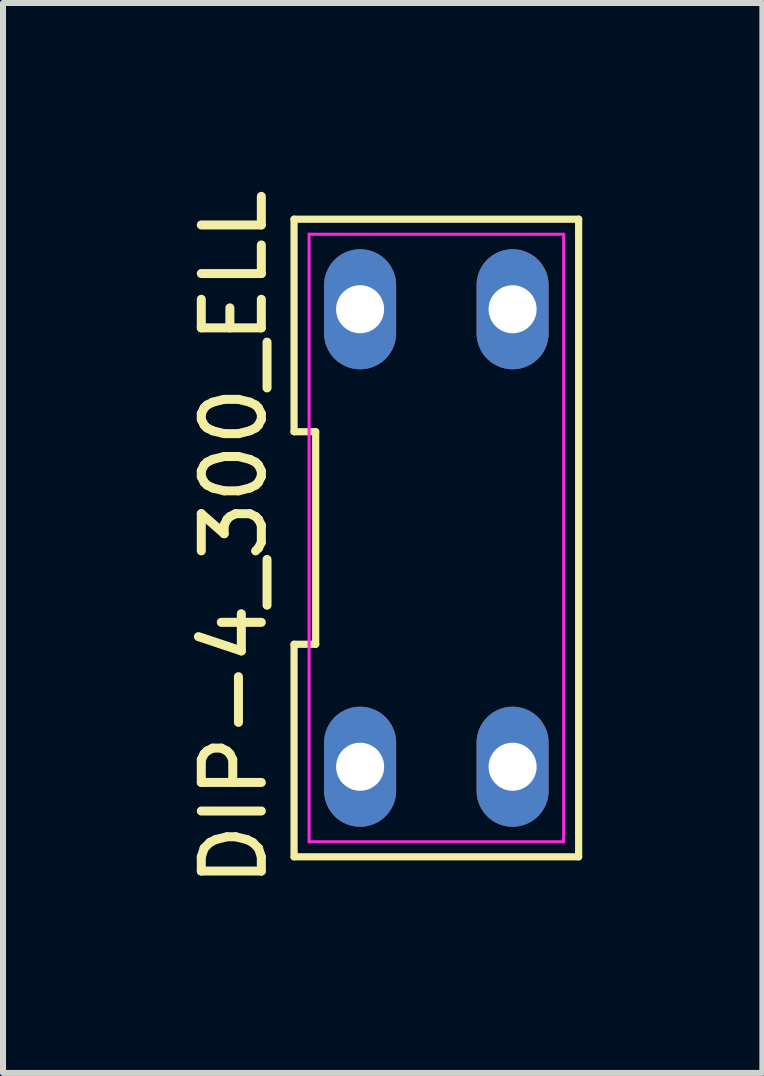
<source format=kicad_pcb>
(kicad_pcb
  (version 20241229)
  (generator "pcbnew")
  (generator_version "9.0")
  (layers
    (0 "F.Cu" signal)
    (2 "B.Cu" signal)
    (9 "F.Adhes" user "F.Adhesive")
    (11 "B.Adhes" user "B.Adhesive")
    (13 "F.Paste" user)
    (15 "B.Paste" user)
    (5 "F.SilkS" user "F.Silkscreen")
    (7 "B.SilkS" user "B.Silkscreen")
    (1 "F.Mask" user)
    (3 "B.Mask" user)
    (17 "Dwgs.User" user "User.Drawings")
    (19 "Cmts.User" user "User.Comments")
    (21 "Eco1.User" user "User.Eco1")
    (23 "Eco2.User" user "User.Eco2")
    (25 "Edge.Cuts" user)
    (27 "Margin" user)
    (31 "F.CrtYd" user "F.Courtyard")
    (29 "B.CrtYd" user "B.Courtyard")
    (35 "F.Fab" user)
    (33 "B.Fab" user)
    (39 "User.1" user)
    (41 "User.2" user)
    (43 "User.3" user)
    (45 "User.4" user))
  (footprint "DIP-4_300_ELL"
    (layer "F.Cu")
    (at 4.218 5.911)
    (property "Reference" "DIP-4_300_ELL" (at -3.37 0 90) (layer "F.SilkS") (effects (font (size 1 1) (thickness 0.15))))
    (attr through_hole)
    (fp_line (start -2.37 -1.77) (end -2.01 -1.77) (stroke (width 0.12) (type default)) (layer "F.SilkS"))
    (fp_line (start -2.37 1.77) (end -2.37 5.31) (stroke (width 0.12) (type default)) (layer "F.SilkS"))
    (fp_line (start -2.37 5.31) (end 2.37 5.31) (stroke (width 0.12) (type default)) (layer "F.SilkS"))
    (fp_line (start -2.37 -5.31) (end -2.37 -1.77) (stroke (width 0.12) (type default)) (layer "F.SilkS"))
    (fp_line (start -2.01 -1.77) (end -2.01 1.77) (stroke (width 0.12) (type default)) (layer "F.SilkS"))
    (fp_line (start -2.01 1.77) (end -2.37 1.77) (stroke (width 0.12) (type default)) (layer "F.SilkS"))
    (fp_line (start 2.37 5.31) (end 2.37 -5.31) (stroke (width 0.12) (type default)) (layer "F.SilkS"))
    (fp_line (start 2.37 -5.31) (end -2.37 -5.31) (stroke (width 0.12) (type default)) (layer "F.SilkS"))
    (fp_line (start -2.12 -5.06) (end 2.12 -5.06) (stroke (width 0.05) (type default)) (layer "F.CrtYd"))
    (fp_line (start -2.12 5.06) (end -2.12 -5.06) (stroke (width 0.05) (type default)) (layer "F.CrtYd"))
    (fp_line (start 2.12 -5.06) (end 2.12 5.06) (stroke (width 0.05) (type default)) (layer "F.CrtYd"))
    (fp_line (start 2.12 5.06) (end -2.12 5.06) (stroke (width 0.05) (type default)) (layer "F.CrtYd"))
    (pad "1" thru_hole oval (at -1.27 3.81) (size 1.2 2) (drill 0.8) (layers "*.Cu" "*.Mask"))
    (pad "2" thru_hole oval (at 1.27 3.81) (size 1.2 2) (drill 0.8) (layers "*.Cu" "*.Mask"))
    (pad "3" thru_hole oval (at 1.27 -3.81) (size 1.2 2) (drill 0.8) (layers "*.Cu" "*.Mask"))
    (pad "4" thru_hole oval (at -1.27 -3.81) (size 1.2 2) (drill 0.8) (layers "*.Cu" "*.Mask")))
  (gr_rect
    (start -3 -3)
    (end 9.648 14.821)
    (stroke (width 0.1) (type default))
    (fill no)
    (layer "Edge.Cuts")))
</source>
